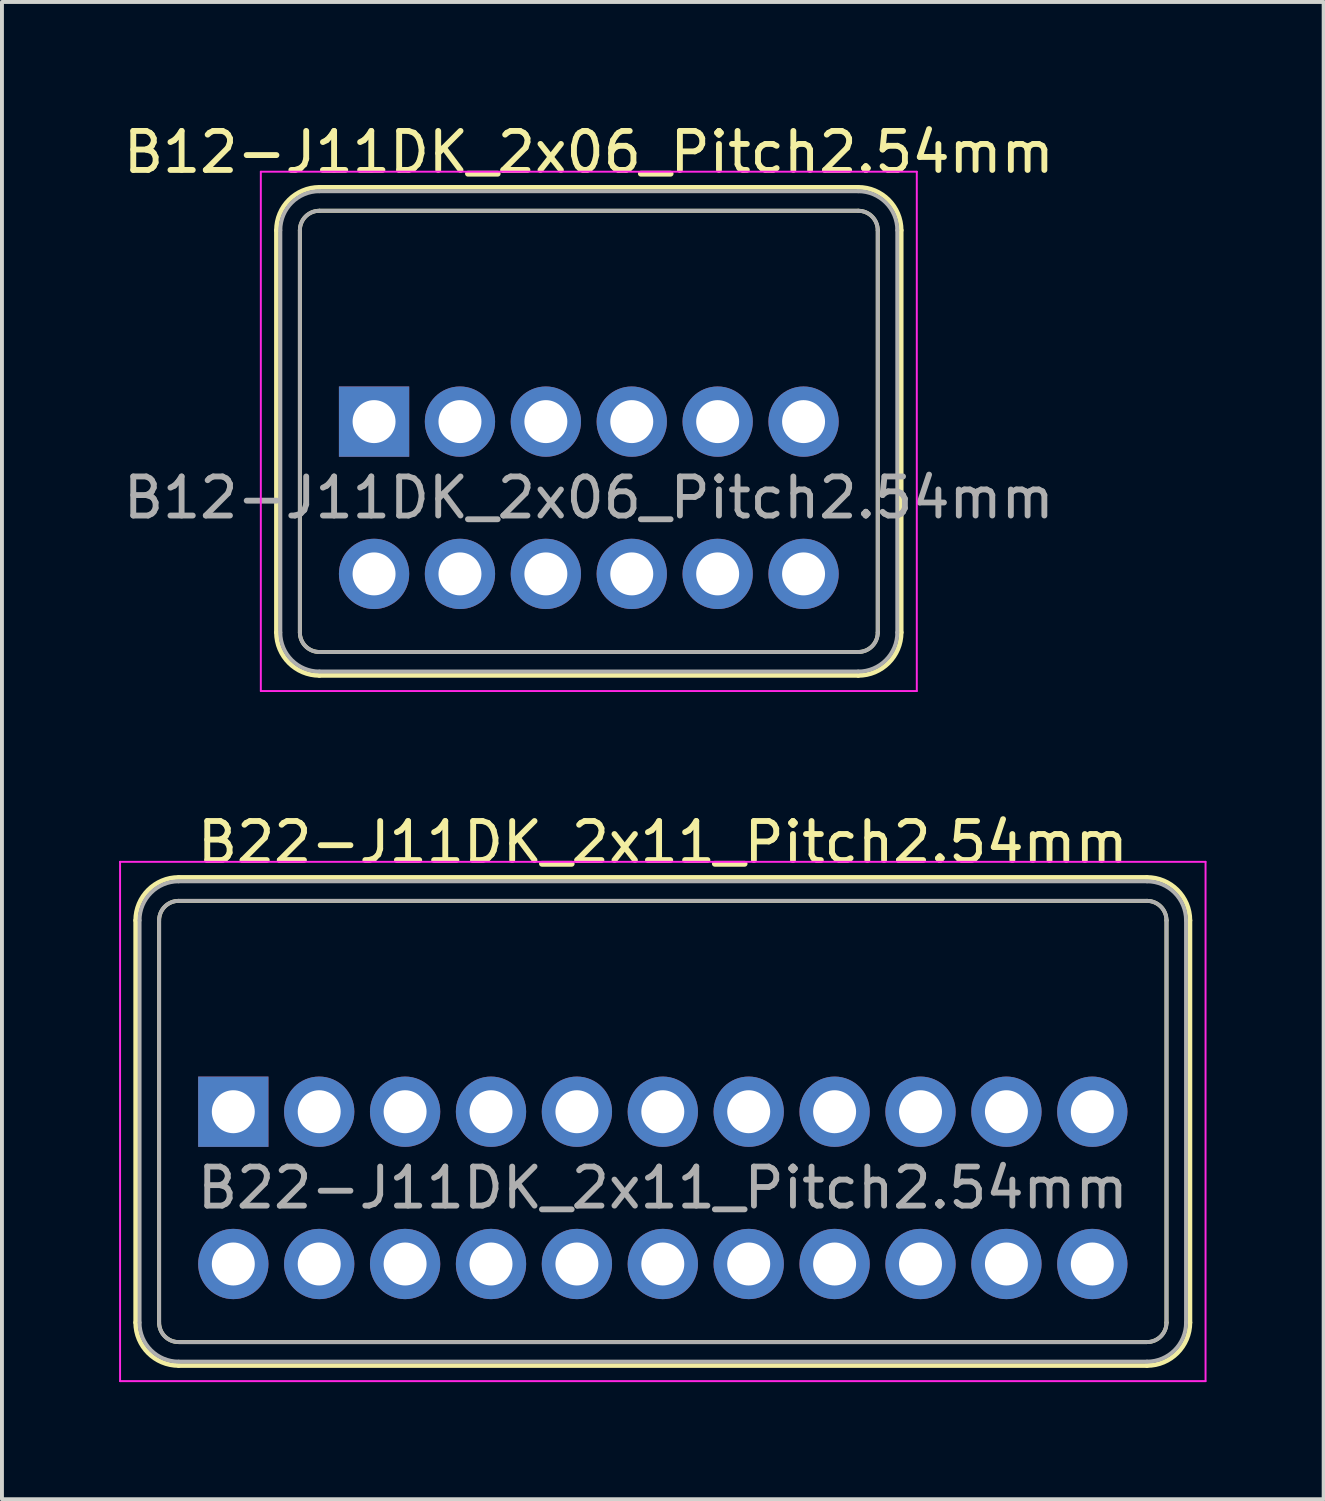
<source format=kicad_pcb>
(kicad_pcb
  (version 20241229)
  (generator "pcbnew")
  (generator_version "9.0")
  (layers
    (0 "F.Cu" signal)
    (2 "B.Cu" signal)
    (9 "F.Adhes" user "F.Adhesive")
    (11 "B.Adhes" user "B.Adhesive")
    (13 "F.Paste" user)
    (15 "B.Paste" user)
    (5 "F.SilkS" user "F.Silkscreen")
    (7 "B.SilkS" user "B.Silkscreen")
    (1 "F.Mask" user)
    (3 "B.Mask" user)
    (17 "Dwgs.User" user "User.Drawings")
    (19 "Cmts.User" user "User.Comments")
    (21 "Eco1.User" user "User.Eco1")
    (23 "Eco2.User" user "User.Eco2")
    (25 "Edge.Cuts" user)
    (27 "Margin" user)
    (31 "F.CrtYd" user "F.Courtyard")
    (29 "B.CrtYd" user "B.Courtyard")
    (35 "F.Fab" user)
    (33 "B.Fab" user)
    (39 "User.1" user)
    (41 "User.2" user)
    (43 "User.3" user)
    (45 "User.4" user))
  (footprint "B22-J11DK_2x11_Pitch2.54mm"
    (layer "F.Cu")
    (at 2.925 25.422)
    (property "Reference" "B22-J11DK_2x11_Pitch2.54mm" (at 11 -6.9 0) (layer "F.SilkS") (effects (font (size 1 1) (thickness 0.15))))
    (attr through_hole)
    (fp_line (start -2.5 -4.9) (end -2.5 5.4) (stroke (width 0.12) (type solid)) (layer "F.SilkS"))
    (fp_line (start -1.9 -4.9) (end -1.9 5.4) (stroke (width 0.1) (type solid)) (layer "F.SilkS"))
    (fp_line (start -1.4 -6) (end 23.4 -6) (stroke (width 0.12) (type solid)) (layer "F.SilkS"))
    (fp_line (start -1.4 -5.4) (end 23.4 -5.4) (stroke (width 0.1) (type solid)) (layer "F.SilkS"))
    (fp_line (start -1.4 5.9) (end 23.4 5.9) (stroke (width 0.1) (type solid)) (layer "F.SilkS"))
    (fp_line (start -1.4 6.5) (end 23.4 6.5) (stroke (width 0.12) (type solid)) (layer "F.SilkS"))
    (fp_line (start 23.9 -4.9) (end 23.9 5.4) (stroke (width 0.1) (type solid)) (layer "F.SilkS"))
    (fp_line (start 24.5 -4.9) (end 24.5 5.4) (stroke (width 0.12) (type solid)) (layer "F.SilkS"))
    (fp_arc (start -2.5 -4.9) (mid -2.177817 -5.677817) (end -1.4 -6) (stroke (width 0.12) (type solid)) (layer "F.SilkS"))
    (fp_arc (start -1.9 -4.9) (mid -1.753553 -5.253553) (end -1.4 -5.4) (stroke (width 0.1) (type solid)) (layer "F.SilkS"))
    (fp_arc (start -1.4 5.9) (mid -1.753553 5.753553) (end -1.9 5.4) (stroke (width 0.1) (type solid)) (layer "F.SilkS"))
    (fp_arc (start -1.4 6.5) (mid -2.177817 6.177817) (end -2.5 5.4) (stroke (width 0.12) (type solid)) (layer "F.SilkS"))
    (fp_arc (start 23.4 -6) (mid 24.177817 -5.677817) (end 24.5 -4.9) (stroke (width 0.12) (type solid)) (layer "F.SilkS"))
    (fp_arc (start 23.4 -5.4) (mid 23.753553 -5.253553) (end 23.9 -4.9) (stroke (width 0.1) (type solid)) (layer "F.SilkS"))
    (fp_arc (start 23.9 5.4) (mid 23.753553 5.753553) (end 23.4 5.9) (stroke (width 0.1) (type solid)) (layer "F.SilkS"))
    (fp_arc (start 24.5 5.4) (mid 24.177817 6.177817) (end 23.4 6.5) (stroke (width 0.12) (type solid)) (layer "F.SilkS"))
    (fp_line (start -2.9 -6.4) (end -2.9 6.9) (stroke (width 0.05) (type solid)) (layer "F.CrtYd"))
    (fp_line (start -2.9 6.9) (end 24.9 6.9) (stroke (width 0.05) (type solid)) (layer "F.CrtYd"))
    (fp_line (start 24.9 -6.4) (end -2.9 -6.4) (stroke (width 0.05) (type solid)) (layer "F.CrtYd"))
    (fp_line (start 24.9 6.9) (end 24.9 -6.4) (stroke (width 0.05) (type solid)) (layer "F.CrtYd"))
    (fp_line (start -2.4 -4.9) (end -2.4 5.4) (stroke (width 0.1) (type solid)) (layer "F.Fab"))
    (fp_line (start -1.9 -4.9) (end -1.9 5.4) (stroke (width 0.1) (type solid)) (layer "F.Fab"))
    (fp_line (start -1.4 -5.9) (end 23.4 -5.9) (stroke (width 0.1) (type solid)) (layer "F.Fab"))
    (fp_line (start -1.4 -5.4) (end 23.4 -5.4) (stroke (width 0.1) (type solid)) (layer "F.Fab"))
    (fp_line (start -1.4 5.9) (end 23.4 5.9) (stroke (width 0.1) (type solid)) (layer "F.Fab"))
    (fp_line (start -1.4 6.4) (end 23.4 6.4) (stroke (width 0.1) (type solid)) (layer "F.Fab"))
    (fp_line (start 23.9 -4.9) (end 23.9 5.4) (stroke (width 0.1) (type solid)) (layer "F.Fab"))
    (fp_line (start 24.4 -4.9) (end 24.4 5.4) (stroke (width 0.1) (type solid)) (layer "F.Fab"))
    (fp_arc (start -2.4 -4.9) (mid -2.107107 -5.607107) (end -1.4 -5.9) (stroke (width 0.1) (type solid)) (layer "F.Fab"))
    (fp_arc (start -1.9 -4.9) (mid -1.753553 -5.253553) (end -1.4 -5.4) (stroke (width 0.1) (type solid)) (layer "F.Fab"))
    (fp_arc (start -1.4 5.9) (mid -1.753553 5.753553) (end -1.9 5.4) (stroke (width 0.1) (type solid)) (layer "F.Fab"))
    (fp_arc (start -1.4 6.4) (mid -2.107107 6.107107) (end -2.4 5.4) (stroke (width 0.1) (type solid)) (layer "F.Fab"))
    (fp_arc (start 23.4 -5.9) (mid 24.107107 -5.607107) (end 24.4 -4.9) (stroke (width 0.1) (type solid)) (layer "F.Fab"))
    (fp_arc (start 23.4 -5.4) (mid 23.753553 -5.253553) (end 23.9 -4.9) (stroke (width 0.1) (type solid)) (layer "F.Fab"))
    (fp_arc (start 23.9 5.4) (mid 23.753553 5.753553) (end 23.4 5.9) (stroke (width 0.1) (type solid)) (layer "F.Fab"))
    (fp_arc (start 24.4 5.4) (mid 24.107107 6.107107) (end 23.4 6.4) (stroke (width 0.1) (type solid)) (layer "F.Fab"))
    (fp_text user "${REFERENCE}" (at 11 1.95 0) (layer "F.Fab") (effects (font (size 1 1) (thickness 0.15))))
    (pad "1" thru_hole rect (at 0 0) (size 1.8 1.8) (drill 1.1) (layers "*.Cu" "*.Mask"))
    (pad "2" thru_hole circle (at 0 3.9) (size 1.8 1.8) (drill 1.1) (layers "*.Cu" "*.Mask"))
    (pad "3" thru_hole circle (at 2.2 0) (size 1.8 1.8) (drill 1.1) (layers "*.Cu" "*.Mask"))
    (pad "4" thru_hole circle (at 2.2 3.9) (size 1.8 1.8) (drill 1.1) (layers "*.Cu" "*.Mask"))
    (pad "5" thru_hole circle (at 4.4 0) (size 1.8 1.8) (drill 1.1) (layers "*.Cu" "*.Mask"))
    (pad "6" thru_hole circle (at 4.4 3.9) (size 1.8 1.8) (drill 1.1) (layers "*.Cu" "*.Mask"))
    (pad "7" thru_hole circle (at 6.6 0) (size 1.8 1.8) (drill 1.1) (layers "*.Cu" "*.Mask"))
    (pad "8" thru_hole circle (at 6.6 3.9) (size 1.8 1.8) (drill 1.1) (layers "*.Cu" "*.Mask"))
    (pad "9" thru_hole circle (at 8.8 0) (size 1.8 1.8) (drill 1.1) (layers "*.Cu" "*.Mask"))
    (pad "10" thru_hole circle (at 8.8 3.9) (size 1.8 1.8) (drill 1.1) (layers "*.Cu" "*.Mask"))
    (pad "11" thru_hole circle (at 11 0) (size 1.8 1.8) (drill 1.1) (layers "*.Cu" "*.Mask"))
    (pad "12" thru_hole circle (at 11 3.9) (size 1.8 1.8) (drill 1.1) (layers "*.Cu" "*.Mask"))
    (pad "13" thru_hole circle (at 13.2 0) (size 1.8 1.8) (drill 1.1) (layers "*.Cu" "*.Mask"))
    (pad "14" thru_hole circle (at 13.2 3.9) (size 1.8 1.8) (drill 1.1) (layers "*.Cu" "*.Mask"))
    (pad "15" thru_hole circle (at 15.4 0) (size 1.8 1.8) (drill 1.1) (layers "*.Cu" "*.Mask"))
    (pad "16" thru_hole circle (at 15.4 3.9) (size 1.8 1.8) (drill 1.1) (layers "*.Cu" "*.Mask"))
    (pad "17" thru_hole circle (at 17.6 0) (size 1.8 1.8) (drill 1.1) (layers "*.Cu" "*.Mask"))
    (pad "18" thru_hole circle (at 17.6 3.9) (size 1.8 1.8) (drill 1.1) (layers "*.Cu" "*.Mask"))
    (pad "19" thru_hole circle (at 19.8 0) (size 1.8 1.8) (drill 1.1) (layers "*.Cu" "*.Mask"))
    (pad "20" thru_hole circle (at 19.8 3.9) (size 1.8 1.8) (drill 1.1) (layers "*.Cu" "*.Mask"))
    (pad "21" thru_hole circle (at 22 0) (size 1.8 1.8) (drill 1.1) (layers "*.Cu" "*.Mask"))
    (pad "22" thru_hole circle (at 22 3.9) (size 1.8 1.8) (drill 1.1) (layers "*.Cu" "*.Mask")))
  (footprint "B12-J11DK_2x06_Pitch2.54mm"
    (layer "F.Cu")
    (at 6.53 7.748)
    (property "Reference" "B12-J11DK_2x06_Pitch2.54mm" (at 5.5 -6.9 0) (layer "F.SilkS") (effects (font (size 1 1) (thickness 0.15))))
    (attr through_hole)
    (fp_line (start -2.5 -4.9) (end -2.5 5.4) (stroke (width 0.12) (type solid)) (layer "F.SilkS"))
    (fp_line (start -1.9 -4.9) (end -1.9 5.4) (stroke (width 0.1) (type solid)) (layer "F.SilkS"))
    (fp_line (start -1.4 -6) (end 12.4 -6) (stroke (width 0.12) (type solid)) (layer "F.SilkS"))
    (fp_line (start -1.4 -5.4) (end 12.4 -5.4) (stroke (width 0.1) (type solid)) (layer "F.SilkS"))
    (fp_line (start -1.4 5.9) (end 12.4 5.9) (stroke (width 0.1) (type solid)) (layer "F.SilkS"))
    (fp_line (start -1.4 6.5) (end 12.4 6.5) (stroke (width 0.12) (type solid)) (layer "F.SilkS"))
    (fp_line (start 12.9 -4.9) (end 12.9 5.4) (stroke (width 0.1) (type solid)) (layer "F.SilkS"))
    (fp_line (start 13.5 -4.9) (end 13.5 5.4) (stroke (width 0.12) (type solid)) (layer "F.SilkS"))
    (fp_arc (start -2.5 -4.9) (mid -2.177817 -5.677817) (end -1.4 -6) (stroke (width 0.12) (type solid)) (layer "F.SilkS"))
    (fp_arc (start -1.9 -4.9) (mid -1.753553 -5.253553) (end -1.4 -5.4) (stroke (width 0.1) (type solid)) (layer "F.SilkS"))
    (fp_arc (start -1.4 5.9) (mid -1.753553 5.753553) (end -1.9 5.4) (stroke (width 0.1) (type solid)) (layer "F.SilkS"))
    (fp_arc (start -1.4 6.5) (mid -2.177817 6.177817) (end -2.5 5.4) (stroke (width 0.12) (type solid)) (layer "F.SilkS"))
    (fp_arc (start 12.4 -6) (mid 13.177817 -5.677817) (end 13.5 -4.9) (stroke (width 0.12) (type solid)) (layer "F.SilkS"))
    (fp_arc (start 12.4 -5.4) (mid 12.753553 -5.253553) (end 12.9 -4.9) (stroke (width 0.1) (type solid)) (layer "F.SilkS"))
    (fp_arc (start 12.9 5.4) (mid 12.753553 5.753553) (end 12.4 5.9) (stroke (width 0.1) (type solid)) (layer "F.SilkS"))
    (fp_arc (start 13.5 5.4) (mid 13.177817 6.177817) (end 12.4 6.5) (stroke (width 0.12) (type solid)) (layer "F.SilkS"))
    (fp_line (start -2.9 -6.4) (end -2.9 6.9) (stroke (width 0.05) (type solid)) (layer "F.CrtYd"))
    (fp_line (start -2.9 6.9) (end 13.9 6.9) (stroke (width 0.05) (type solid)) (layer "F.CrtYd"))
    (fp_line (start 13.9 -6.4) (end -2.9 -6.4) (stroke (width 0.05) (type solid)) (layer "F.CrtYd"))
    (fp_line (start 13.9 6.9) (end 13.9 -6.4) (stroke (width 0.05) (type solid)) (layer "F.CrtYd"))
    (fp_line (start -2.4 -4.9) (end -2.4 5.4) (stroke (width 0.1) (type solid)) (layer "F.Fab"))
    (fp_line (start -1.9 -4.9) (end -1.9 5.4) (stroke (width 0.1) (type solid)) (layer "F.Fab"))
    (fp_line (start -1.4 -5.9) (end 12.4 -5.9) (stroke (width 0.1) (type solid)) (layer "F.Fab"))
    (fp_line (start -1.4 -5.4) (end 12.4 -5.4) (stroke (width 0.1) (type solid)) (layer "F.Fab"))
    (fp_line (start -1.4 5.9) (end 12.4 5.9) (stroke (width 0.1) (type solid)) (layer "F.Fab"))
    (fp_line (start -1.4 6.4) (end 12.4 6.4) (stroke (width 0.1) (type solid)) (layer "F.Fab"))
    (fp_line (start 12.9 -4.9) (end 12.9 5.4) (stroke (width 0.1) (type solid)) (layer "F.Fab"))
    (fp_line (start 13.4 -4.9) (end 13.4 5.4) (stroke (width 0.1) (type solid)) (layer "F.Fab"))
    (fp_arc (start -2.4 -4.9) (mid -2.107107 -5.607107) (end -1.4 -5.9) (stroke (width 0.1) (type solid)) (layer "F.Fab"))
    (fp_arc (start -1.9 -4.9) (mid -1.753553 -5.253553) (end -1.4 -5.4) (stroke (width 0.1) (type solid)) (layer "F.Fab"))
    (fp_arc (start -1.4 5.9) (mid -1.753553 5.753553) (end -1.9 5.4) (stroke (width 0.1) (type solid)) (layer "F.Fab"))
    (fp_arc (start -1.4 6.4) (mid -2.107107 6.107107) (end -2.4 5.4) (stroke (width 0.1) (type solid)) (layer "F.Fab"))
    (fp_arc (start 12.4 -5.9) (mid 13.107107 -5.607107) (end 13.4 -4.9) (stroke (width 0.1) (type solid)) (layer "F.Fab"))
    (fp_arc (start 12.4 -5.4) (mid 12.753553 -5.253553) (end 12.9 -4.9) (stroke (width 0.1) (type solid)) (layer "F.Fab"))
    (fp_arc (start 12.9 5.4) (mid 12.753553 5.753553) (end 12.4 5.9) (stroke (width 0.1) (type solid)) (layer "F.Fab"))
    (fp_arc (start 13.4 5.4) (mid 13.107107 6.107107) (end 12.4 6.4) (stroke (width 0.1) (type solid)) (layer "F.Fab"))
    (fp_text user "${REFERENCE}" (at 5.5 1.95 0) (layer "F.Fab") (effects (font (size 1 1) (thickness 0.15))))
    (pad "1" thru_hole rect (at 0 0) (size 1.8 1.8) (drill 1.1) (layers "*.Cu" "*.Mask"))
    (pad "2" thru_hole circle (at 0 3.9) (size 1.8 1.8) (drill 1.1) (layers "*.Cu" "*.Mask"))
    (pad "3" thru_hole circle (at 2.2 0) (size 1.8 1.8) (drill 1.1) (layers "*.Cu" "*.Mask"))
    (pad "4" thru_hole circle (at 2.2 3.9) (size 1.8 1.8) (drill 1.1) (layers "*.Cu" "*.Mask"))
    (pad "5" thru_hole circle (at 4.4 0) (size 1.8 1.8) (drill 1.1) (layers "*.Cu" "*.Mask"))
    (pad "6" thru_hole circle (at 4.4 3.9) (size 1.8 1.8) (drill 1.1) (layers "*.Cu" "*.Mask"))
    (pad "7" thru_hole circle (at 6.6 0) (size 1.8 1.8) (drill 1.1) (layers "*.Cu" "*.Mask"))
    (pad "8" thru_hole circle (at 6.6 3.9) (size 1.8 1.8) (drill 1.1) (layers "*.Cu" "*.Mask"))
    (pad "9" thru_hole circle (at 8.8 0) (size 1.8 1.8) (drill 1.1) (layers "*.Cu" "*.Mask"))
    (pad "10" thru_hole circle (at 8.8 3.9) (size 1.8 1.8) (drill 1.1) (layers "*.Cu" "*.Mask"))
    (pad "11" thru_hole circle (at 11 0) (size 1.8 1.8) (drill 1.1) (layers "*.Cu" "*.Mask"))
    (pad "12" thru_hole circle (at 11 3.9) (size 1.8 1.8) (drill 1.1) (layers "*.Cu" "*.Mask")))
  (gr_rect
    (start -3 -3)
    (end 30.85 35.346)
    (stroke (width 0.1) (type default))
    (fill no)
    (layer "Edge.Cuts")))
</source>
